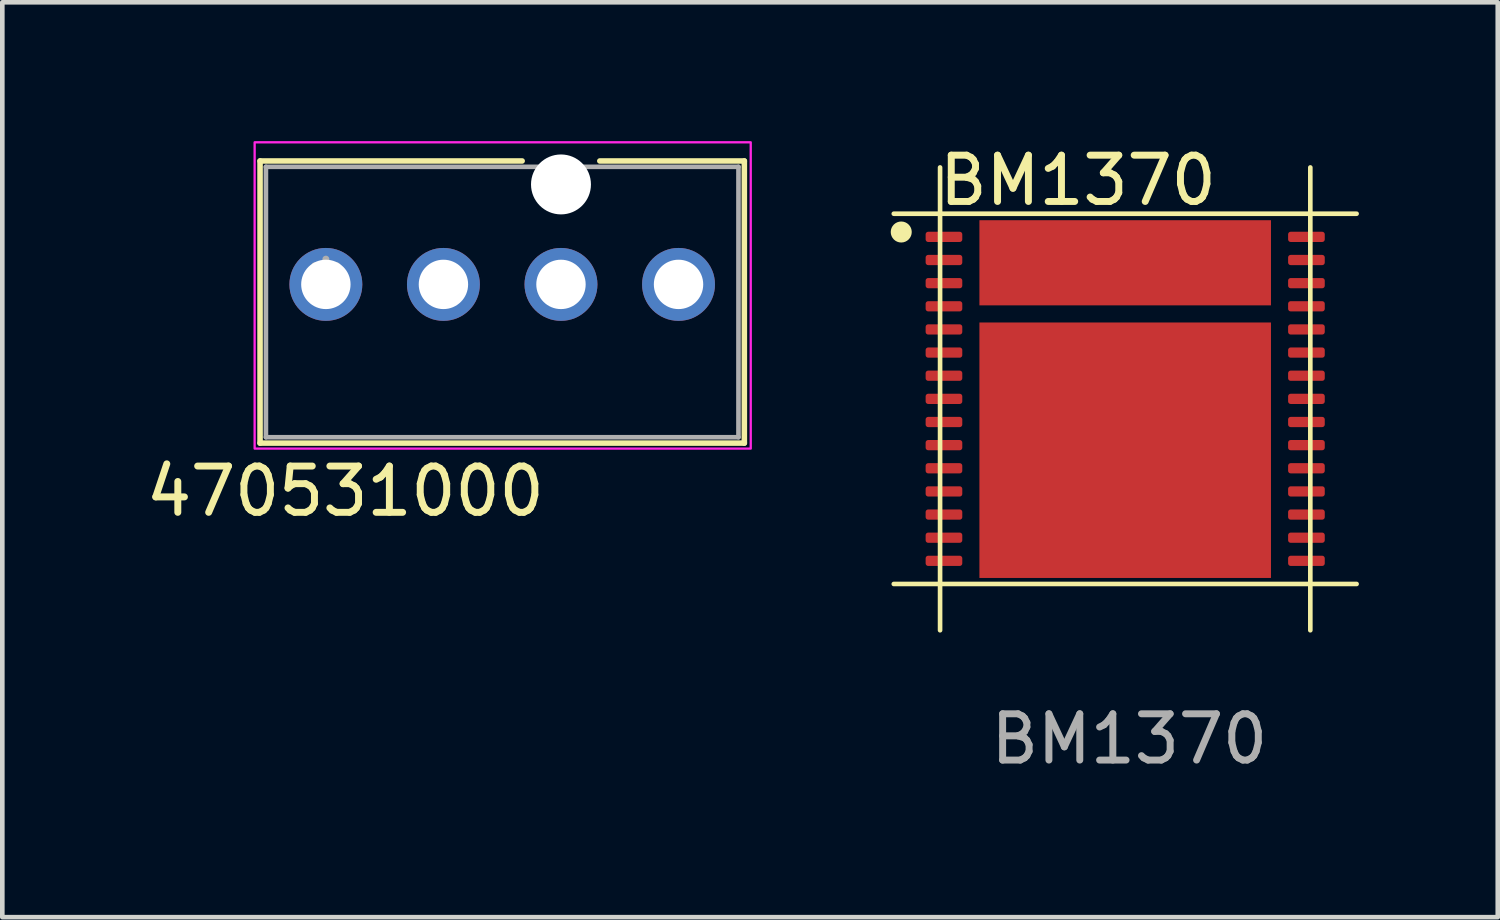
<source format=kicad_pcb>
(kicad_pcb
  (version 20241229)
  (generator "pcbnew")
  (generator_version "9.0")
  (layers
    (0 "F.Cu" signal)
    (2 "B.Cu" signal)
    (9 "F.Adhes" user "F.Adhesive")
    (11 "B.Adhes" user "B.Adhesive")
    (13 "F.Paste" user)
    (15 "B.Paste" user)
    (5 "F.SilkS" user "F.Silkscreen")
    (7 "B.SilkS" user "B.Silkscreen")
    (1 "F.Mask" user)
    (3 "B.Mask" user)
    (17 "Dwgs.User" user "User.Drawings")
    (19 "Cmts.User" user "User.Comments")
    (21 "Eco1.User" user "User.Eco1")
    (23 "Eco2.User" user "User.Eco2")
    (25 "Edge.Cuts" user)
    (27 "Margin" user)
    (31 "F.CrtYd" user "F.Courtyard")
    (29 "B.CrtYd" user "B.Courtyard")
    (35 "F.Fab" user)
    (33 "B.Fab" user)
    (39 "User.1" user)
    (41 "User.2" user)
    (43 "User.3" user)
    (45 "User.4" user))
  (footprint "BM1370"
    (layer "F.Cu")
    (at 21.262 5.568)
    (property "Reference" "BM1370" (at -1.02 -4.72 0) (unlocked yes) (layer "F.SilkS") (effects (font (size 1 1) (thickness 0.15))))
    (attr smd)
    (fp_rect (start -1.33 1.825) (end -3.085 0.385) (stroke (width 0.12) (type solid)) (fill yes) (layer "F.Mask"))
    (fp_rect (start -1.325 3.79) (end -3.08 2.35) (stroke (width 0.12) (type solid)) (fill yes) (layer "F.Mask"))
    (fp_rect (start -1.323 -2.09) (end -3.078 -3.795) (stroke (width 0.12) (type solid)) (fill yes) (layer "F.Mask"))
    (fp_rect (start -1.32 -0.135) (end -3.075 -1.575) (stroke (width 0.12) (type solid)) (fill yes) (layer "F.Mask"))
    (fp_rect (start 0.88 -2.09) (end -0.9 -3.79) (stroke (width 0.12) (type solid)) (fill yes) (layer "F.Mask"))
    (fp_rect (start 0.88 1.815) (end -0.9 0.375) (stroke (width 0.12) (type solid)) (fill yes) (layer "F.Mask"))
    (fp_rect (start 0.89 -0.135) (end -0.89 -1.575) (stroke (width 0.12) (type solid)) (fill yes) (layer "F.Mask"))
    (fp_rect (start 0.89 3.79) (end -0.89 2.35) (stroke (width 0.12) (type solid)) (fill yes) (layer "F.Mask"))
    (fp_rect (start 3.062 -2.095) (end 1.308 -3.79) (stroke (width 0.12) (type solid)) (fill yes) (layer "F.Mask"))
    (fp_rect (start 3.065 1.815) (end 1.31 0.375) (stroke (width 0.12) (type solid)) (fill yes) (layer "F.Mask"))
    (fp_rect (start 3.075 3.79) (end 1.32 2.35) (stroke (width 0.12) (type solid)) (fill yes) (layer "F.Mask"))
    (fp_rect (start 3.078 -0.135) (end 1.323 -1.575) (stroke (width 0.12) (type solid)) (fill yes) (layer "F.Mask"))
    (fp_line (start -4 -4) (end -5 -4) (stroke (width 0.1) (type solid)) (layer "F.SilkS"))
    (fp_line (start -4 -4) (end -4 -5) (stroke (width 0.1) (type solid)) (layer "F.SilkS"))
    (fp_line (start -4 4) (end -5 4) (stroke (width 0.1) (type solid)) (layer "F.SilkS"))
    (fp_line (start -4 4) (end -4 5) (stroke (width 0.1) (type solid)) (layer "F.SilkS"))
    (fp_line (start 4 -4) (end 4 -5) (stroke (width 0.1) (type solid)) (layer "F.SilkS"))
    (fp_line (start 4 -4) (end 5 -4) (stroke (width 0.1) (type solid)) (layer "F.SilkS"))
    (fp_line (start 4 4) (end 4 5) (stroke (width 0.1) (type solid)) (layer "F.SilkS"))
    (fp_line (start 4 4) (end 5 4) (stroke (width 0.1) (type solid)) (layer "F.SilkS"))
    (fp_rect (start 4 4) (end -4 -4) (stroke (width 0.1) (type solid)) (fill no) (layer "F.SilkS"))
    (fp_circle (center -4.839 -3.605) (end -4.637 -3.605) (stroke (width 0.05) (type solid)) (fill yes) (layer "F.SilkS"))
    (fp_rect (start -1.627 -2.42) (end -2.828 -3.54) (stroke (width 0.001) (type solid)) (fill yes) (layer "F.Paste"))
    (fp_rect (start -1.625 -0.4) (end -2.825 -1.35) (stroke (width 0.001) (type solid)) (fill yes) (layer "F.Paste"))
    (fp_rect (start -1.625 1.575) (end -2.825 0.625) (stroke (width 0.001) (type solid)) (fill yes) (layer "F.Paste"))
    (fp_rect (start -1.625 3.55) (end -2.825 2.6) (stroke (width 0.001) (type solid)) (fill yes) (layer "F.Paste"))
    (fp_rect (start 0.64 1.58) (end -0.56 0.63) (stroke (width 0.001) (type solid)) (fill yes) (layer "F.Paste"))
    (fp_rect (start 0.65 -2.415) (end -0.55 -3.525) (stroke (width 0.001) (type solid)) (fill yes) (layer "F.Paste"))
    (fp_rect (start 0.65 -0.4) (end -0.55 -1.35) (stroke (width 0.001) (type solid)) (fill yes) (layer "F.Paste"))
    (fp_rect (start 0.65 3.55) (end -0.55 2.6) (stroke (width 0.001) (type solid)) (fill yes) (layer "F.Paste"))
    (fp_rect (start 2.79 1.58) (end 1.59 0.63) (stroke (width 0.001) (type solid)) (fill yes) (layer "F.Paste"))
    (fp_rect (start 2.797 -2.42) (end 1.597 -3.53) (stroke (width 0.001) (type solid)) (fill yes) (layer "F.Paste"))
    (fp_rect (start 2.8 -0.4) (end 1.6 -1.35) (stroke (width 0.001) (type solid)) (fill yes) (layer "F.Paste"))
    (fp_rect (start 2.8 3.55) (end 1.6 2.6) (stroke (width 0.001) (type solid)) (fill yes) (layer "F.Paste"))
    (fp_text user "${REFERENCE}" (at 0.09 7.35 0) (unlocked yes) (layer "F.Fab") (effects (font (size 1 1) (thickness 0.15))))
    (pad "1" smd roundrect (at -3.916 -3.5) (size 0.792 0.221) (layers "F.Cu" "F.Mask" "F.Paste") (roundrect_rratio 0.25))
    (pad "2" smd roundrect (at -3.916 -3) (size 0.792 0.221) (layers "F.Cu" "F.Mask" "F.Paste") (roundrect_rratio 0.25))
    (pad "3" smd roundrect (at -3.916 -2.5) (size 0.792 0.221) (layers "F.Cu" "F.Mask" "F.Paste") (roundrect_rratio 0.25))
    (pad "4" smd roundrect (at -3.916 -2) (size 0.792 0.221) (layers "F.Cu" "F.Mask" "F.Paste") (roundrect_rratio 0.25))
    (pad "5" smd roundrect (at -3.916 -1.5) (size 0.792 0.221) (layers "F.Cu" "F.Mask" "F.Paste") (roundrect_rratio 0.25))
    (pad "6" smd roundrect (at -3.916 -1) (size 0.792 0.221) (layers "F.Cu" "F.Mask" "F.Paste") (roundrect_rratio 0.25))
    (pad "7" smd roundrect (at -3.916 -0.5) (size 0.792 0.221) (layers "F.Cu" "F.Mask" "F.Paste") (roundrect_rratio 0.25))
    (pad "8" smd roundrect (at -3.916 0) (size 0.792 0.221) (layers "F.Cu" "F.Mask" "F.Paste") (roundrect_rratio 0.25))
    (pad "9" smd roundrect (at -3.916 0.5) (size 0.792 0.221) (layers "F.Cu" "F.Mask" "F.Paste") (roundrect_rratio 0.25))
    (pad "10" smd roundrect (at -3.916 1) (size 0.792 0.221) (layers "F.Cu" "F.Mask" "F.Paste") (roundrect_rratio 0.25))
    (pad "11" smd roundrect (at -3.916 1.5) (size 0.792 0.221) (layers "F.Cu" "F.Mask" "F.Paste") (roundrect_rratio 0.25))
    (pad "12" smd roundrect (at -3.916 2) (size 0.792 0.221) (layers "F.Cu" "F.Mask" "F.Paste") (roundrect_rratio 0.25))
    (pad "13" smd roundrect (at -3.916 2.5) (size 0.792 0.221) (layers "F.Cu" "F.Mask" "F.Paste") (roundrect_rratio 0.25))
    (pad "14" smd roundrect (at -3.916 3) (size 0.792 0.221) (layers "F.Cu" "F.Mask" "F.Paste") (roundrect_rratio 0.25))
    (pad "15" smd roundrect (at -3.916 3.5) (size 0.792 0.221) (layers "F.Cu" "F.Mask" "F.Paste") (roundrect_rratio 0.25))
    (pad "16" smd roundrect (at 3.916 3.5) (size 0.792 0.221) (layers "F.Cu" "F.Mask" "F.Paste") (roundrect_rratio 0.25))
    (pad "17" smd roundrect (at 3.916 3) (size 0.792 0.221) (layers "F.Cu" "F.Mask" "F.Paste") (roundrect_rratio 0.25))
    (pad "18" smd roundrect (at 3.916 2.5) (size 0.792 0.221) (layers "F.Cu" "F.Mask" "F.Paste") (roundrect_rratio 0.25))
    (pad "19" smd roundrect (at 3.916 2) (size 0.792 0.221) (layers "F.Cu" "F.Mask" "F.Paste") (roundrect_rratio 0.25))
    (pad "20" smd roundrect (at 3.916 1.5) (size 0.792 0.221) (layers "F.Cu" "F.Mask" "F.Paste") (roundrect_rratio 0.25))
    (pad "21" smd roundrect (at 3.916 1) (size 0.792 0.221) (layers "F.Cu" "F.Mask" "F.Paste") (roundrect_rratio 0.25))
    (pad "22" smd roundrect (at 3.916 0.5) (size 0.792 0.221) (layers "F.Cu" "F.Mask" "F.Paste") (roundrect_rratio 0.25))
    (pad "23" smd roundrect (at 3.916 0) (size 0.792 0.221) (layers "F.Cu" "F.Mask" "F.Paste") (roundrect_rratio 0.25))
    (pad "24" smd roundrect (at 3.916 -0.5) (size 0.792 0.221) (layers "F.Cu" "F.Mask" "F.Paste") (roundrect_rratio 0.25))
    (pad "25" smd roundrect (at 3.916 -1) (size 0.792 0.221) (layers "F.Cu" "F.Mask" "F.Paste") (roundrect_rratio 0.25))
    (pad "26" smd roundrect (at 3.916 -1.5) (size 0.792 0.221) (layers "F.Cu" "F.Mask" "F.Paste") (roundrect_rratio 0.25))
    (pad "27" smd roundrect (at 3.916 -2) (size 0.792 0.221) (layers "F.Cu" "F.Mask" "F.Paste") (roundrect_rratio 0.25))
    (pad "28" smd roundrect (at 3.916 -2.5) (size 0.792 0.221) (layers "F.Cu" "F.Mask" "F.Paste") (roundrect_rratio 0.25))
    (pad "29" smd roundrect (at 3.916 -3) (size 0.792 0.221) (layers "F.Cu" "F.Mask" "F.Paste") (roundrect_rratio 0.25))
    (pad "30" smd roundrect (at 3.916 -3.5) (size 0.792 0.221) (layers "F.Cu" "F.Mask" "F.Paste") (roundrect_rratio 0.25))
    (pad "31" smd rect (at 0 -2.94) (size 6.3 1.84) (layers "F.Cu"))
    (pad "32" smd rect (at 0 1.11) (size 6.3 5.52) (layers "F.Cu")))
  (footprint "470531000"
    (layer "F.Cu")
    (at 3.991 3.095)
    (property "Reference" "470531000" (at 0.42 4.47 0) (layer "F.SilkS") (effects (font (size 1 1) (thickness 0.15))))
    (attr through_hole)
    (fp_line (start -1.422 -2.667) (end -1.422 3.429) (stroke (width 0.12) (type solid)) (layer "F.SilkS"))
    (fp_line (start -1.422 3.429) (end 9.042 3.429) (stroke (width 0.12) (type solid)) (layer "F.SilkS"))
    (fp_line (start 4.241 -2.667) (end -1.422 -2.667) (stroke (width 0.12) (type solid)) (layer "F.SilkS"))
    (fp_line (start 9.042 -2.667) (end 5.919 -2.667) (stroke (width 0.12) (type solid)) (layer "F.SilkS"))
    (fp_line (start 9.042 3.429) (end 9.042 -2.667) (stroke (width 0.12) (type solid)) (layer "F.SilkS"))
    (fp_rect (start -1.539 -3.07) (end 9.18 3.548) (stroke (width 0.05) (type solid)) (fill no) (layer "F.CrtYd"))
    (fp_line (start -1.295 -2.54) (end -1.295 3.302) (stroke (width 0.1) (type solid)) (layer "F.Fab"))
    (fp_line (start -1.295 3.302) (end 8.915 3.302) (stroke (width 0.1) (type solid)) (layer "F.Fab"))
    (fp_line (start 8.915 -2.54) (end -1.295 -2.54) (stroke (width 0.1) (type solid)) (layer "F.Fab"))
    (fp_line (start 8.915 3.302) (end 8.915 -2.54) (stroke (width 0.1) (type solid)) (layer "F.Fab"))
    (fp_text user "*" (at 0 0 0) (layer "F.Fab") (effects (font (size 1 1) (thickness 0.15))))
    (pad "" np_thru_hole circle (at 5.08 -2.16 90) (size 1.295 1.295) (drill 1.295) (layers "*.Cu" "*.Mask"))
    (pad "1" thru_hole circle (at 0 0) (size 1.575 1.575) (drill 1.067) (layers "*.Cu" "*.Mask"))
    (pad "2" thru_hole circle (at 2.54 0) (size 1.575 1.575) (drill 1.067) (layers "*.Cu" "*.Mask"))
    (pad "3" thru_hole circle (at 5.08 0) (size 1.575 1.575) (drill 1.067) (layers "*.Cu" "*.Mask"))
    (pad "4" thru_hole circle (at 7.62 0) (size 1.575 1.575) (drill 1.067) (layers "*.Cu" "*.Mask")))
  (gr_rect
    (start -3 -3)
    (end 29.312 16.767)
    (stroke (width 0.1) (type default))
    (fill no)
    (layer "Edge.Cuts")))
</source>
